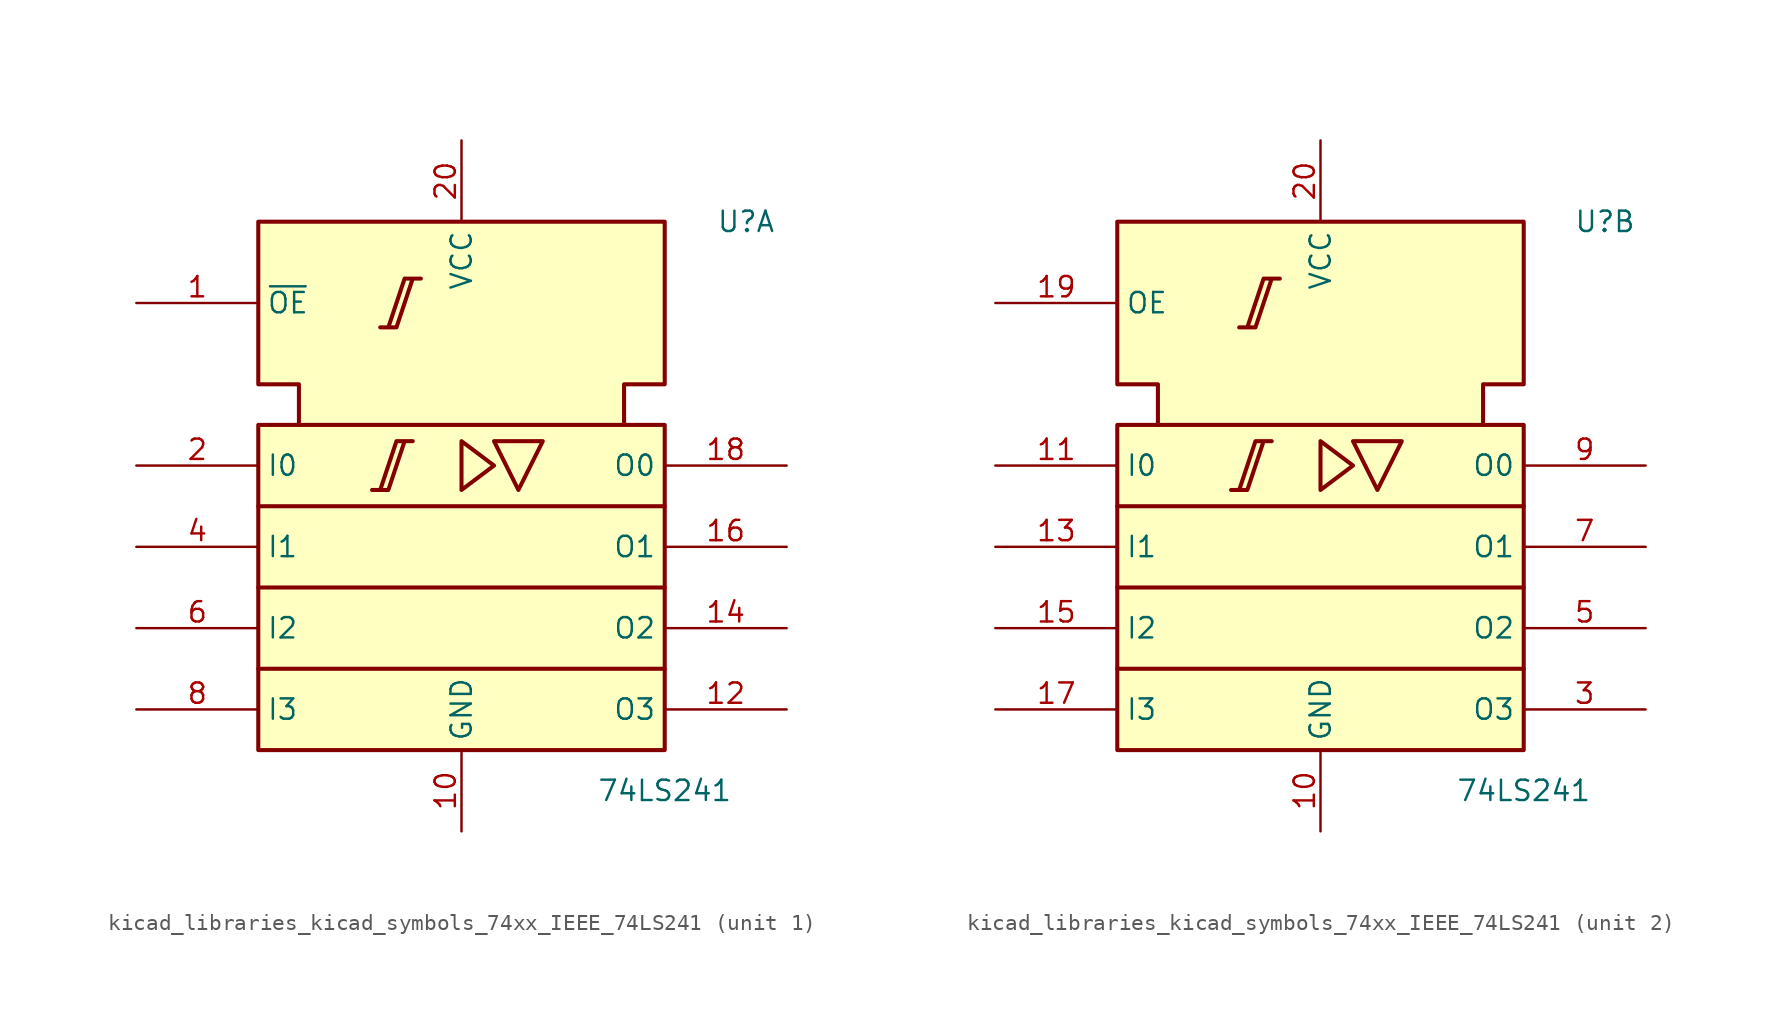
<source format=kicad_sym>
(kicad_symbol_lib
  (version 20220914)
  (generator kicad_symbol_editor)
  (symbol "kicad_libraries_kicad_symbols_74xx_IEEE_74LS241"
    (property "Reference" "U"
      (at 17.78 20.32 0)
      (effects (font (size 1.27 1.27))))
    (property "Value" "74LS241"
      (at 12.7 -15.24 0)
      (effects (font (size 1.27 1.27))))
    (symbol "kicad_libraries_kicad_symbols_74xx_IEEE_74LS241_0_0"
      (polyline (pts (xy 2.032 6.604) (xy 5.08 6.604) (xy 3.556 3.556) (xy 2.032 6.604) (xy 2.032 6.604)) (stroke (width 0.254) (type default)) (fill (type background)))
      (pin power_in line (at 0 -17.78 90) (length 5.08) (name "GND" (effects (font (size 1.27 1.27)))) (number "10" (effects (font (size 1.27 1.27)))))
      (pin power_in line (at 0 25.4 270) (length 5.08) (name "VCC" (effects (font (size 1.27 1.27)))) (number "20" (effects (font (size 1.27 1.27))))))
    (symbol "kicad_libraries_kicad_symbols_74xx_IEEE_74LS241_0_1"
      (rectangle (start -12.7 7.62) (end 12.7 -12.7) (stroke (width 0.254) (type default)) (fill (type background)))
      (polyline (pts (xy -12.7 -2.54) (xy 12.7 -2.54) (xy 12.7 -2.54)) (stroke (width 0.254) (type default)) (fill (type background)))
      (polyline (pts (xy 12.7 -7.62) (xy -12.7 -7.62) (xy -12.7 -7.62)) (stroke (width 0.254) (type default)) (fill (type background)))
      (polyline (pts (xy 12.7 2.54) (xy -12.7 2.54) (xy -12.7 2.54)) (stroke (width 0.254) (type default)) (fill (type background)))
      (polyline (pts (xy 0 6.604) (xy 0 3.556) (xy 2.032 5.08) (xy 0 6.604) (xy 0 6.604)) (stroke (width 0.254) (type default)) (fill (type background)))
      (polyline (pts (xy -5.588 3.556) (xy -4.572 3.556) (xy -3.556 6.604) (xy -3.048 6.604) (xy -4.064 6.604) (xy -5.08 3.556) (xy -5.08 3.556)) (stroke (width 0.254) (type default)) (fill (type background)))
      (polyline (pts (xy -5.08 13.716) (xy -4.064 13.716) (xy -3.048 16.764) (xy -2.54 16.764) (xy -3.556 16.764) (xy -4.572 13.716) (xy -4.572 13.716)) (stroke (width 0.254) (type default)) (fill (type background)))
      (polyline (pts (xy -10.16 7.62) (xy -10.16 10.16) (xy -12.7 10.16) (xy -12.7 20.32) (xy 12.7 20.32) (xy 12.7 10.16) (xy 10.16 10.16) (xy 10.16 7.62) (xy 10.16 7.62)) (stroke (width 0.254) (type default)) (fill (type background))))
    (symbol "kicad_libraries_kicad_symbols_74xx_IEEE_74LS241_1_1"
      (pin input line (at -20.32 15.24 0) (length 7.62) (name "~{OE}" (effects (font (size 1.27 1.27)))) (number "1" (effects (font (size 1.27 1.27)))))
      (pin tri_state line (at 20.32 -10.16 180) (length 7.62) (name "O3" (effects (font (size 1.27 1.27)))) (number "12" (effects (font (size 1.27 1.27)))))
      (pin tri_state line (at 20.32 -5.08 180) (length 7.62) (name "O2" (effects (font (size 1.27 1.27)))) (number "14" (effects (font (size 1.27 1.27)))))
      (pin tri_state line (at 20.32 0 180) (length 7.62) (name "O1" (effects (font (size 1.27 1.27)))) (number "16" (effects (font (size 1.27 1.27)))))
      (pin tri_state line (at 20.32 5.08 180) (length 7.62) (name "O0" (effects (font (size 1.27 1.27)))) (number "18" (effects (font (size 1.27 1.27)))))
      (pin input line (at -20.32 5.08 0) (length 7.62) (name "I0" (effects (font (size 1.27 1.27)))) (number "2" (effects (font (size 1.27 1.27)))))
      (pin input line (at -20.32 0 0) (length 7.62) (name "I1" (effects (font (size 1.27 1.27)))) (number "4" (effects (font (size 1.27 1.27)))))
      (pin input line (at -20.32 -5.08 0) (length 7.62) (name "I2" (effects (font (size 1.27 1.27)))) (number "6" (effects (font (size 1.27 1.27)))))
      (pin input line (at -20.32 -10.16 0) (length 7.62) (name "I3" (effects (font (size 1.27 1.27)))) (number "8" (effects (font (size 1.27 1.27))))))
    (symbol "kicad_libraries_kicad_symbols_74xx_IEEE_74LS241_2_1"
      (pin input line (at -20.32 5.08 0) (length 7.62) (name "I0" (effects (font (size 1.27 1.27)))) (number "11" (effects (font (size 1.27 1.27)))))
      (pin input line (at -20.32 0 0) (length 7.62) (name "I1" (effects (font (size 1.27 1.27)))) (number "13" (effects (font (size 1.27 1.27)))))
      (pin input line (at -20.32 -5.08 0) (length 7.62) (name "I2" (effects (font (size 1.27 1.27)))) (number "15" (effects (font (size 1.27 1.27)))))
      (pin input line (at -20.32 -10.16 0) (length 7.62) (name "I3" (effects (font (size 1.27 1.27)))) (number "17" (effects (font (size 1.27 1.27)))))
      (pin input line (at -20.32 15.24 0) (length 7.62) (name "OE" (effects (font (size 1.27 1.27)))) (number "19" (effects (font (size 1.27 1.27)))))
      (pin tri_state line (at 20.32 -10.16 180) (length 7.62) (name "O3" (effects (font (size 1.27 1.27)))) (number "3" (effects (font (size 1.27 1.27)))))
      (pin tri_state line (at 20.32 -5.08 180) (length 7.62) (name "O2" (effects (font (size 1.27 1.27)))) (number "5" (effects (font (size 1.27 1.27)))))
      (pin tri_state line (at 20.32 0 180) (length 7.62) (name "O1" (effects (font (size 1.27 1.27)))) (number "7" (effects (font (size 1.27 1.27)))))
      (pin tri_state line (at 20.32 5.08 180) (length 7.62) (name "O0" (effects (font (size 1.27 1.27)))) (number "9" (effects (font (size 1.27 1.27))))))))
</source>
